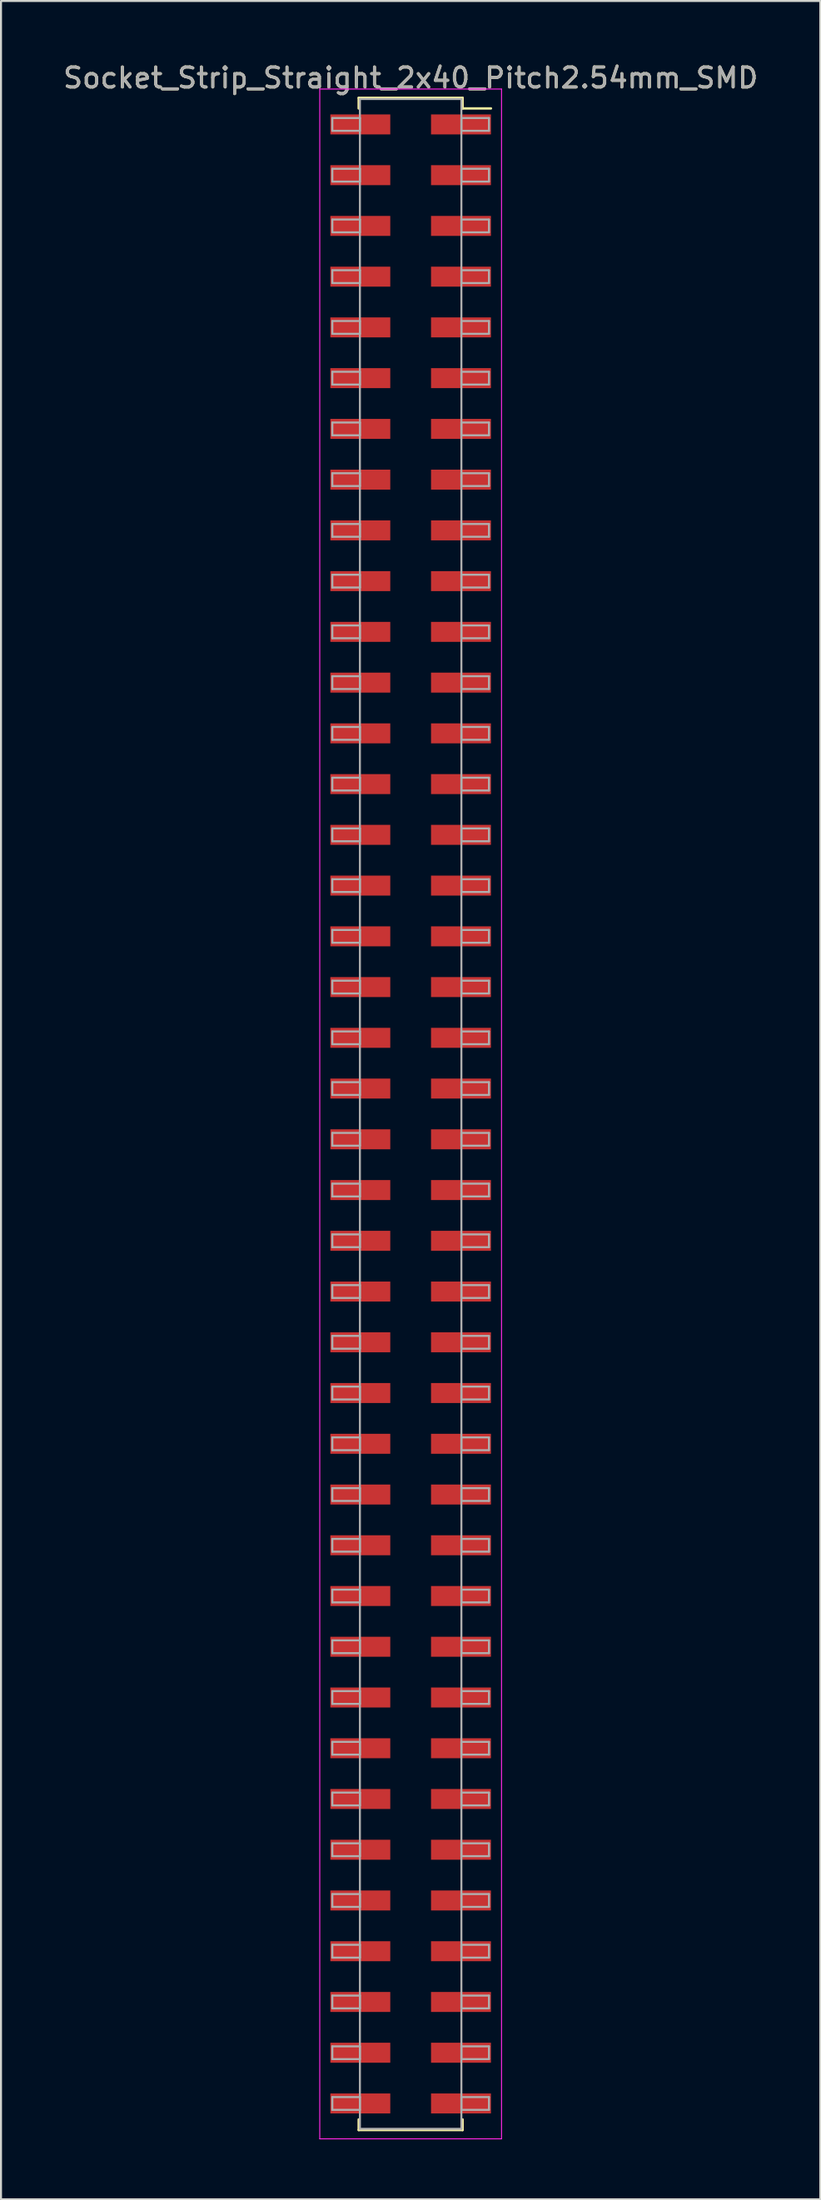
<source format=kicad_pcb>
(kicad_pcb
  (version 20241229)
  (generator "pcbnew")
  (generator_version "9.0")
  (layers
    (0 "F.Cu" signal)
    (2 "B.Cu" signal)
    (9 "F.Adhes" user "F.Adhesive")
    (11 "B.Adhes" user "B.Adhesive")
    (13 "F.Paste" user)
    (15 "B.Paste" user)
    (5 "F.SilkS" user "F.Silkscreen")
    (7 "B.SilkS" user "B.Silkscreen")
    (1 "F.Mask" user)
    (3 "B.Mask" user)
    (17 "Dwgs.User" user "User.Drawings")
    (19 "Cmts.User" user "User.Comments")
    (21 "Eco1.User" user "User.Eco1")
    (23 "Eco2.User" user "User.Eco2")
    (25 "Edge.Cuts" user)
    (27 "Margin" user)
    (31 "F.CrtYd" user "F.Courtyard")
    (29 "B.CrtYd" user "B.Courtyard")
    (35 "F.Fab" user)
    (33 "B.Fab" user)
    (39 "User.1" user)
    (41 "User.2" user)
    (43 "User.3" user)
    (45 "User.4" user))
  (footprint "Socket_Strip_Straight_2x40_Pitch2.54mm_SMD"
    (layer "F.Cu")
    (at 17.506 52.708)
    (property "Reference" "Socket_Strip_Straight_2x40_Pitch2.54mm_SMD" (at 0 -51.86 0) (layer "F.SilkS") (effects (font (size 1 1) (thickness 0.15))))
    (attr smd)
    (fp_line (start -2.6 -50.86) (end 2.6 -50.86) (stroke (width 0.12) (type solid)) (layer "F.SilkS"))
    (fp_line (start -2.6 -50.33) (end -2.6 -50.86) (stroke (width 0.12) (type solid)) (layer "F.SilkS"))
    (fp_line (start -2.6 50.33) (end -2.6 50.86) (stroke (width 0.12) (type solid)) (layer "F.SilkS"))
    (fp_line (start -2.6 50.86) (end 2.6 50.86) (stroke (width 0.12) (type solid)) (layer "F.SilkS"))
    (fp_line (start 2.6 -50.86) (end 2.6 -50.33) (stroke (width 0.12) (type solid)) (layer "F.SilkS"))
    (fp_line (start 2.6 50.86) (end 2.6 50.33) (stroke (width 0.12) (type solid)) (layer "F.SilkS"))
    (fp_line (start 4.02 -50.33) (end 2.6 -50.33) (stroke (width 0.12) (type solid)) (layer "F.SilkS"))
    (fp_line (start -4.55 -51.3) (end -4.55 51.3) (stroke (width 0.05) (type solid)) (layer "F.CrtYd"))
    (fp_line (start -4.55 51.3) (end 4.55 51.3) (stroke (width 0.05) (type solid)) (layer "F.CrtYd"))
    (fp_line (start 4.55 -51.3) (end -4.55 -51.3) (stroke (width 0.05) (type solid)) (layer "F.CrtYd"))
    (fp_line (start 4.55 51.3) (end 4.55 -51.3) (stroke (width 0.05) (type solid)) (layer "F.CrtYd"))
    (fp_line (start -3.92 -49.85) (end -2.54 -49.85) (stroke (width 0.1) (type solid)) (layer "F.Fab"))
    (fp_line (start -3.92 -49.21) (end -3.92 -49.85) (stroke (width 0.1) (type solid)) (layer "F.Fab"))
    (fp_line (start -3.92 -47.31) (end -2.54 -47.31) (stroke (width 0.1) (type solid)) (layer "F.Fab"))
    (fp_line (start -3.92 -46.67) (end -3.92 -47.31) (stroke (width 0.1) (type solid)) (layer "F.Fab"))
    (fp_line (start -3.92 -44.77) (end -2.54 -44.77) (stroke (width 0.1) (type solid)) (layer "F.Fab"))
    (fp_line (start -3.92 -44.13) (end -3.92 -44.77) (stroke (width 0.1) (type solid)) (layer "F.Fab"))
    (fp_line (start -3.92 -42.23) (end -2.54 -42.23) (stroke (width 0.1) (type solid)) (layer "F.Fab"))
    (fp_line (start -3.92 -41.59) (end -3.92 -42.23) (stroke (width 0.1) (type solid)) (layer "F.Fab"))
    (fp_line (start -3.92 -39.69) (end -2.54 -39.69) (stroke (width 0.1) (type solid)) (layer "F.Fab"))
    (fp_line (start -3.92 -39.05) (end -3.92 -39.69) (stroke (width 0.1) (type solid)) (layer "F.Fab"))
    (fp_line (start -3.92 -37.15) (end -2.54 -37.15) (stroke (width 0.1) (type solid)) (layer "F.Fab"))
    (fp_line (start -3.92 -36.51) (end -3.92 -37.15) (stroke (width 0.1) (type solid)) (layer "F.Fab"))
    (fp_line (start -3.92 -34.61) (end -2.54 -34.61) (stroke (width 0.1) (type solid)) (layer "F.Fab"))
    (fp_line (start -3.92 -33.97) (end -3.92 -34.61) (stroke (width 0.1) (type solid)) (layer "F.Fab"))
    (fp_line (start -3.92 -32.07) (end -2.54 -32.07) (stroke (width 0.1) (type solid)) (layer "F.Fab"))
    (fp_line (start -3.92 -31.43) (end -3.92 -32.07) (stroke (width 0.1) (type solid)) (layer "F.Fab"))
    (fp_line (start -3.92 -29.53) (end -2.54 -29.53) (stroke (width 0.1) (type solid)) (layer "F.Fab"))
    (fp_line (start -3.92 -28.89) (end -3.92 -29.53) (stroke (width 0.1) (type solid)) (layer "F.Fab"))
    (fp_line (start -3.92 -26.99) (end -2.54 -26.99) (stroke (width 0.1) (type solid)) (layer "F.Fab"))
    (fp_line (start -3.92 -26.35) (end -3.92 -26.99) (stroke (width 0.1) (type solid)) (layer "F.Fab"))
    (fp_line (start -3.92 -24.45) (end -2.54 -24.45) (stroke (width 0.1) (type solid)) (layer "F.Fab"))
    (fp_line (start -3.92 -23.81) (end -3.92 -24.45) (stroke (width 0.1) (type solid)) (layer "F.Fab"))
    (fp_line (start -3.92 -21.91) (end -2.54 -21.91) (stroke (width 0.1) (type solid)) (layer "F.Fab"))
    (fp_line (start -3.92 -21.27) (end -3.92 -21.91) (stroke (width 0.1) (type solid)) (layer "F.Fab"))
    (fp_line (start -3.92 -19.37) (end -2.54 -19.37) (stroke (width 0.1) (type solid)) (layer "F.Fab"))
    (fp_line (start -3.92 -18.73) (end -3.92 -19.37) (stroke (width 0.1) (type solid)) (layer "F.Fab"))
    (fp_line (start -3.92 -16.83) (end -2.54 -16.83) (stroke (width 0.1) (type solid)) (layer "F.Fab"))
    (fp_line (start -3.92 -16.19) (end -3.92 -16.83) (stroke (width 0.1) (type solid)) (layer "F.Fab"))
    (fp_line (start -3.92 -14.29) (end -2.54 -14.29) (stroke (width 0.1) (type solid)) (layer "F.Fab"))
    (fp_line (start -3.92 -13.65) (end -3.92 -14.29) (stroke (width 0.1) (type solid)) (layer "F.Fab"))
    (fp_line (start -3.92 -11.75) (end -2.54 -11.75) (stroke (width 0.1) (type solid)) (layer "F.Fab"))
    (fp_line (start -3.92 -11.11) (end -3.92 -11.75) (stroke (width 0.1) (type solid)) (layer "F.Fab"))
    (fp_line (start -3.92 -9.21) (end -2.54 -9.21) (stroke (width 0.1) (type solid)) (layer "F.Fab"))
    (fp_line (start -3.92 -8.57) (end -3.92 -9.21) (stroke (width 0.1) (type solid)) (layer "F.Fab"))
    (fp_line (start -3.92 -6.67) (end -2.54 -6.67) (stroke (width 0.1) (type solid)) (layer "F.Fab"))
    (fp_line (start -3.92 -6.03) (end -3.92 -6.67) (stroke (width 0.1) (type solid)) (layer "F.Fab"))
    (fp_line (start -3.92 -4.13) (end -2.54 -4.13) (stroke (width 0.1) (type solid)) (layer "F.Fab"))
    (fp_line (start -3.92 -3.49) (end -3.92 -4.13) (stroke (width 0.1) (type solid)) (layer "F.Fab"))
    (fp_line (start -3.92 -1.59) (end -2.54 -1.59) (stroke (width 0.1) (type solid)) (layer "F.Fab"))
    (fp_line (start -3.92 -0.95) (end -3.92 -1.59) (stroke (width 0.1) (type solid)) (layer "F.Fab"))
    (fp_line (start -3.92 0.95) (end -2.54 0.95) (stroke (width 0.1) (type solid)) (layer "F.Fab"))
    (fp_line (start -3.92 1.59) (end -3.92 0.95) (stroke (width 0.1) (type solid)) (layer "F.Fab"))
    (fp_line (start -3.92 3.49) (end -2.54 3.49) (stroke (width 0.1) (type solid)) (layer "F.Fab"))
    (fp_line (start -3.92 4.13) (end -3.92 3.49) (stroke (width 0.1) (type solid)) (layer "F.Fab"))
    (fp_line (start -3.92 6.03) (end -2.54 6.03) (stroke (width 0.1) (type solid)) (layer "F.Fab"))
    (fp_line (start -3.92 6.67) (end -3.92 6.03) (stroke (width 0.1) (type solid)) (layer "F.Fab"))
    (fp_line (start -3.92 8.57) (end -2.54 8.57) (stroke (width 0.1) (type solid)) (layer "F.Fab"))
    (fp_line (start -3.92 9.21) (end -3.92 8.57) (stroke (width 0.1) (type solid)) (layer "F.Fab"))
    (fp_line (start -3.92 11.11) (end -2.54 11.11) (stroke (width 0.1) (type solid)) (layer "F.Fab"))
    (fp_line (start -3.92 11.75) (end -3.92 11.11) (stroke (width 0.1) (type solid)) (layer "F.Fab"))
    (fp_line (start -3.92 13.65) (end -2.54 13.65) (stroke (width 0.1) (type solid)) (layer "F.Fab"))
    (fp_line (start -3.92 14.29) (end -3.92 13.65) (stroke (width 0.1) (type solid)) (layer "F.Fab"))
    (fp_line (start -3.92 16.19) (end -2.54 16.19) (stroke (width 0.1) (type solid)) (layer "F.Fab"))
    (fp_line (start -3.92 16.83) (end -3.92 16.19) (stroke (width 0.1) (type solid)) (layer "F.Fab"))
    (fp_line (start -3.92 18.73) (end -2.54 18.73) (stroke (width 0.1) (type solid)) (layer "F.Fab"))
    (fp_line (start -3.92 19.37) (end -3.92 18.73) (stroke (width 0.1) (type solid)) (layer "F.Fab"))
    (fp_line (start -3.92 21.27) (end -2.54 21.27) (stroke (width 0.1) (type solid)) (layer "F.Fab"))
    (fp_line (start -3.92 21.91) (end -3.92 21.27) (stroke (width 0.1) (type solid)) (layer "F.Fab"))
    (fp_line (start -3.92 23.81) (end -2.54 23.81) (stroke (width 0.1) (type solid)) (layer "F.Fab"))
    (fp_line (start -3.92 24.45) (end -3.92 23.81) (stroke (width 0.1) (type solid)) (layer "F.Fab"))
    (fp_line (start -3.92 26.35) (end -2.54 26.35) (stroke (width 0.1) (type solid)) (layer "F.Fab"))
    (fp_line (start -3.92 26.99) (end -3.92 26.35) (stroke (width 0.1) (type solid)) (layer "F.Fab"))
    (fp_line (start -3.92 28.89) (end -2.54 28.89) (stroke (width 0.1) (type solid)) (layer "F.Fab"))
    (fp_line (start -3.92 29.53) (end -3.92 28.89) (stroke (width 0.1) (type solid)) (layer "F.Fab"))
    (fp_line (start -3.92 31.43) (end -2.54 31.43) (stroke (width 0.1) (type solid)) (layer "F.Fab"))
    (fp_line (start -3.92 32.07) (end -3.92 31.43) (stroke (width 0.1) (type solid)) (layer "F.Fab"))
    (fp_line (start -3.92 33.97) (end -2.54 33.97) (stroke (width 0.1) (type solid)) (layer "F.Fab"))
    (fp_line (start -3.92 34.61) (end -3.92 33.97) (stroke (width 0.1) (type solid)) (layer "F.Fab"))
    (fp_line (start -3.92 36.51) (end -2.54 36.51) (stroke (width 0.1) (type solid)) (layer "F.Fab"))
    (fp_line (start -3.92 37.15) (end -3.92 36.51) (stroke (width 0.1) (type solid)) (layer "F.Fab"))
    (fp_line (start -3.92 39.05) (end -2.54 39.05) (stroke (width 0.1) (type solid)) (layer "F.Fab"))
    (fp_line (start -3.92 39.69) (end -3.92 39.05) (stroke (width 0.1) (type solid)) (layer "F.Fab"))
    (fp_line (start -3.92 41.59) (end -2.54 41.59) (stroke (width 0.1) (type solid)) (layer "F.Fab"))
    (fp_line (start -3.92 42.23) (end -3.92 41.59) (stroke (width 0.1) (type solid)) (layer "F.Fab"))
    (fp_line (start -3.92 44.13) (end -2.54 44.13) (stroke (width 0.1) (type solid)) (layer "F.Fab"))
    (fp_line (start -3.92 44.77) (end -3.92 44.13) (stroke (width 0.1) (type solid)) (layer "F.Fab"))
    (fp_line (start -3.92 46.67) (end -2.54 46.67) (stroke (width 0.1) (type solid)) (layer "F.Fab"))
    (fp_line (start -3.92 47.31) (end -3.92 46.67) (stroke (width 0.1) (type solid)) (layer "F.Fab"))
    (fp_line (start -3.92 49.21) (end -2.54 49.21) (stroke (width 0.1) (type solid)) (layer "F.Fab"))
    (fp_line (start -3.92 49.85) (end -3.92 49.21) (stroke (width 0.1) (type solid)) (layer "F.Fab"))
    (fp_line (start -2.54 -50.8) (end -2.54 50.8) (stroke (width 0.1) (type solid)) (layer "F.Fab"))
    (fp_line (start -2.54 -49.85) (end -2.54 -49.21) (stroke (width 0.1) (type solid)) (layer "F.Fab"))
    (fp_line (start -2.54 -49.21) (end -3.92 -49.21) (stroke (width 0.1) (type solid)) (layer "F.Fab"))
    (fp_line (start -2.54 -47.31) (end -2.54 -46.67) (stroke (width 0.1) (type solid)) (layer "F.Fab"))
    (fp_line (start -2.54 -46.67) (end -3.92 -46.67) (stroke (width 0.1) (type solid)) (layer "F.Fab"))
    (fp_line (start -2.54 -44.77) (end -2.54 -44.13) (stroke (width 0.1) (type solid)) (layer "F.Fab"))
    (fp_line (start -2.54 -44.13) (end -3.92 -44.13) (stroke (width 0.1) (type solid)) (layer "F.Fab"))
    (fp_line (start -2.54 -42.23) (end -2.54 -41.59) (stroke (width 0.1) (type solid)) (layer "F.Fab"))
    (fp_line (start -2.54 -41.59) (end -3.92 -41.59) (stroke (width 0.1) (type solid)) (layer "F.Fab"))
    (fp_line (start -2.54 -39.69) (end -2.54 -39.05) (stroke (width 0.1) (type solid)) (layer "F.Fab"))
    (fp_line (start -2.54 -39.05) (end -3.92 -39.05) (stroke (width 0.1) (type solid)) (layer "F.Fab"))
    (fp_line (start -2.54 -37.15) (end -2.54 -36.51) (stroke (width 0.1) (type solid)) (layer "F.Fab"))
    (fp_line (start -2.54 -36.51) (end -3.92 -36.51) (stroke (width 0.1) (type solid)) (layer "F.Fab"))
    (fp_line (start -2.54 -34.61) (end -2.54 -33.97) (stroke (width 0.1) (type solid)) (layer "F.Fab"))
    (fp_line (start -2.54 -33.97) (end -3.92 -33.97) (stroke (width 0.1) (type solid)) (layer "F.Fab"))
    (fp_line (start -2.54 -32.07) (end -2.54 -31.43) (stroke (width 0.1) (type solid)) (layer "F.Fab"))
    (fp_line (start -2.54 -31.43) (end -3.92 -31.43) (stroke (width 0.1) (type solid)) (layer "F.Fab"))
    (fp_line (start -2.54 -29.53) (end -2.54 -28.89) (stroke (width 0.1) (type solid)) (layer "F.Fab"))
    (fp_line (start -2.54 -28.89) (end -3.92 -28.89) (stroke (width 0.1) (type solid)) (layer "F.Fab"))
    (fp_line (start -2.54 -26.99) (end -2.54 -26.35) (stroke (width 0.1) (type solid)) (layer "F.Fab"))
    (fp_line (start -2.54 -26.35) (end -3.92 -26.35) (stroke (width 0.1) (type solid)) (layer "F.Fab"))
    (fp_line (start -2.54 -24.45) (end -2.54 -23.81) (stroke (width 0.1) (type solid)) (layer "F.Fab"))
    (fp_line (start -2.54 -23.81) (end -3.92 -23.81) (stroke (width 0.1) (type solid)) (layer "F.Fab"))
    (fp_line (start -2.54 -21.91) (end -2.54 -21.27) (stroke (width 0.1) (type solid)) (layer "F.Fab"))
    (fp_line (start -2.54 -21.27) (end -3.92 -21.27) (stroke (width 0.1) (type solid)) (layer "F.Fab"))
    (fp_line (start -2.54 -19.37) (end -2.54 -18.73) (stroke (width 0.1) (type solid)) (layer "F.Fab"))
    (fp_line (start -2.54 -18.73) (end -3.92 -18.73) (stroke (width 0.1) (type solid)) (layer "F.Fab"))
    (fp_line (start -2.54 -16.83) (end -2.54 -16.19) (stroke (width 0.1) (type solid)) (layer "F.Fab"))
    (fp_line (start -2.54 -16.19) (end -3.92 -16.19) (stroke (width 0.1) (type solid)) (layer "F.Fab"))
    (fp_line (start -2.54 -14.29) (end -2.54 -13.65) (stroke (width 0.1) (type solid)) (layer "F.Fab"))
    (fp_line (start -2.54 -13.65) (end -3.92 -13.65) (stroke (width 0.1) (type solid)) (layer "F.Fab"))
    (fp_line (start -2.54 -11.75) (end -2.54 -11.11) (stroke (width 0.1) (type solid)) (layer "F.Fab"))
    (fp_line (start -2.54 -11.11) (end -3.92 -11.11) (stroke (width 0.1) (type solid)) (layer "F.Fab"))
    (fp_line (start -2.54 -9.21) (end -2.54 -8.57) (stroke (width 0.1) (type solid)) (layer "F.Fab"))
    (fp_line (start -2.54 -8.57) (end -3.92 -8.57) (stroke (width 0.1) (type solid)) (layer "F.Fab"))
    (fp_line (start -2.54 -6.67) (end -2.54 -6.03) (stroke (width 0.1) (type solid)) (layer "F.Fab"))
    (fp_line (start -2.54 -6.03) (end -3.92 -6.03) (stroke (width 0.1) (type solid)) (layer "F.Fab"))
    (fp_line (start -2.54 -4.13) (end -2.54 -3.49) (stroke (width 0.1) (type solid)) (layer "F.Fab"))
    (fp_line (start -2.54 -3.49) (end -3.92 -3.49) (stroke (width 0.1) (type solid)) (layer "F.Fab"))
    (fp_line (start -2.54 -1.59) (end -2.54 -0.95) (stroke (width 0.1) (type solid)) (layer "F.Fab"))
    (fp_line (start -2.54 -0.95) (end -3.92 -0.95) (stroke (width 0.1) (type solid)) (layer "F.Fab"))
    (fp_line (start -2.54 0.95) (end -2.54 1.59) (stroke (width 0.1) (type solid)) (layer "F.Fab"))
    (fp_line (start -2.54 1.59) (end -3.92 1.59) (stroke (width 0.1) (type solid)) (layer "F.Fab"))
    (fp_line (start -2.54 3.49) (end -2.54 4.13) (stroke (width 0.1) (type solid)) (layer "F.Fab"))
    (fp_line (start -2.54 4.13) (end -3.92 4.13) (stroke (width 0.1) (type solid)) (layer "F.Fab"))
    (fp_line (start -2.54 6.03) (end -2.54 6.67) (stroke (width 0.1) (type solid)) (layer "F.Fab"))
    (fp_line (start -2.54 6.67) (end -3.92 6.67) (stroke (width 0.1) (type solid)) (layer "F.Fab"))
    (fp_line (start -2.54 8.57) (end -2.54 9.21) (stroke (width 0.1) (type solid)) (layer "F.Fab"))
    (fp_line (start -2.54 9.21) (end -3.92 9.21) (stroke (width 0.1) (type solid)) (layer "F.Fab"))
    (fp_line (start -2.54 11.11) (end -2.54 11.75) (stroke (width 0.1) (type solid)) (layer "F.Fab"))
    (fp_line (start -2.54 11.75) (end -3.92 11.75) (stroke (width 0.1) (type solid)) (layer "F.Fab"))
    (fp_line (start -2.54 13.65) (end -2.54 14.29) (stroke (width 0.1) (type solid)) (layer "F.Fab"))
    (fp_line (start -2.54 14.29) (end -3.92 14.29) (stroke (width 0.1) (type solid)) (layer "F.Fab"))
    (fp_line (start -2.54 16.19) (end -2.54 16.83) (stroke (width 0.1) (type solid)) (layer "F.Fab"))
    (fp_line (start -2.54 16.83) (end -3.92 16.83) (stroke (width 0.1) (type solid)) (layer "F.Fab"))
    (fp_line (start -2.54 18.73) (end -2.54 19.37) (stroke (width 0.1) (type solid)) (layer "F.Fab"))
    (fp_line (start -2.54 19.37) (end -3.92 19.37) (stroke (width 0.1) (type solid)) (layer "F.Fab"))
    (fp_line (start -2.54 21.27) (end -2.54 21.91) (stroke (width 0.1) (type solid)) (layer "F.Fab"))
    (fp_line (start -2.54 21.91) (end -3.92 21.91) (stroke (width 0.1) (type solid)) (layer "F.Fab"))
    (fp_line (start -2.54 23.81) (end -2.54 24.45) (stroke (width 0.1) (type solid)) (layer "F.Fab"))
    (fp_line (start -2.54 24.45) (end -3.92 24.45) (stroke (width 0.1) (type solid)) (layer "F.Fab"))
    (fp_line (start -2.54 26.35) (end -2.54 26.99) (stroke (width 0.1) (type solid)) (layer "F.Fab"))
    (fp_line (start -2.54 26.99) (end -3.92 26.99) (stroke (width 0.1) (type solid)) (layer "F.Fab"))
    (fp_line (start -2.54 28.89) (end -2.54 29.53) (stroke (width 0.1) (type solid)) (layer "F.Fab"))
    (fp_line (start -2.54 29.53) (end -3.92 29.53) (stroke (width 0.1) (type solid)) (layer "F.Fab"))
    (fp_line (start -2.54 31.43) (end -2.54 32.07) (stroke (width 0.1) (type solid)) (layer "F.Fab"))
    (fp_line (start -2.54 32.07) (end -3.92 32.07) (stroke (width 0.1) (type solid)) (layer "F.Fab"))
    (fp_line (start -2.54 33.97) (end -2.54 34.61) (stroke (width 0.1) (type solid)) (layer "F.Fab"))
    (fp_line (start -2.54 34.61) (end -3.92 34.61) (stroke (width 0.1) (type solid)) (layer "F.Fab"))
    (fp_line (start -2.54 36.51) (end -2.54 37.15) (stroke (width 0.1) (type solid)) (layer "F.Fab"))
    (fp_line (start -2.54 37.15) (end -3.92 37.15) (stroke (width 0.1) (type solid)) (layer "F.Fab"))
    (fp_line (start -2.54 39.05) (end -2.54 39.69) (stroke (width 0.1) (type solid)) (layer "F.Fab"))
    (fp_line (start -2.54 39.69) (end -3.92 39.69) (stroke (width 0.1) (type solid)) (layer "F.Fab"))
    (fp_line (start -2.54 41.59) (end -2.54 42.23) (stroke (width 0.1) (type solid)) (layer "F.Fab"))
    (fp_line (start -2.54 42.23) (end -3.92 42.23) (stroke (width 0.1) (type solid)) (layer "F.Fab"))
    (fp_line (start -2.54 44.13) (end -2.54 44.77) (stroke (width 0.1) (type solid)) (layer "F.Fab"))
    (fp_line (start -2.54 44.77) (end -3.92 44.77) (stroke (width 0.1) (type solid)) (layer "F.Fab"))
    (fp_line (start -2.54 46.67) (end -2.54 47.31) (stroke (width 0.1) (type solid)) (layer "F.Fab"))
    (fp_line (start -2.54 47.31) (end -3.92 47.31) (stroke (width 0.1) (type solid)) (layer "F.Fab"))
    (fp_line (start -2.54 49.21) (end -2.54 49.85) (stroke (width 0.1) (type solid)) (layer "F.Fab"))
    (fp_line (start -2.54 49.85) (end -3.92 49.85) (stroke (width 0.1) (type solid)) (layer "F.Fab"))
    (fp_line (start -2.54 50.8) (end 2.54 50.8) (stroke (width 0.1) (type solid)) (layer "F.Fab"))
    (fp_line (start 2.54 -50.8) (end -2.54 -50.8) (stroke (width 0.1) (type solid)) (layer "F.Fab"))
    (fp_line (start 2.54 -49.85) (end 2.54 -49.21) (stroke (width 0.1) (type solid)) (layer "F.Fab"))
    (fp_line (start 2.54 -49.21) (end 3.92 -49.21) (stroke (width 0.1) (type solid)) (layer "F.Fab"))
    (fp_line (start 2.54 -47.31) (end 2.54 -46.67) (stroke (width 0.1) (type solid)) (layer "F.Fab"))
    (fp_line (start 2.54 -46.67) (end 3.92 -46.67) (stroke (width 0.1) (type solid)) (layer "F.Fab"))
    (fp_line (start 2.54 -44.77) (end 2.54 -44.13) (stroke (width 0.1) (type solid)) (layer "F.Fab"))
    (fp_line (start 2.54 -44.13) (end 3.92 -44.13) (stroke (width 0.1) (type solid)) (layer "F.Fab"))
    (fp_line (start 2.54 -42.23) (end 2.54 -41.59) (stroke (width 0.1) (type solid)) (layer "F.Fab"))
    (fp_line (start 2.54 -41.59) (end 3.92 -41.59) (stroke (width 0.1) (type solid)) (layer "F.Fab"))
    (fp_line (start 2.54 -39.69) (end 2.54 -39.05) (stroke (width 0.1) (type solid)) (layer "F.Fab"))
    (fp_line (start 2.54 -39.05) (end 3.92 -39.05) (stroke (width 0.1) (type solid)) (layer "F.Fab"))
    (fp_line (start 2.54 -37.15) (end 2.54 -36.51) (stroke (width 0.1) (type solid)) (layer "F.Fab"))
    (fp_line (start 2.54 -36.51) (end 3.92 -36.51) (stroke (width 0.1) (type solid)) (layer "F.Fab"))
    (fp_line (start 2.54 -34.61) (end 2.54 -33.97) (stroke (width 0.1) (type solid)) (layer "F.Fab"))
    (fp_line (start 2.54 -33.97) (end 3.92 -33.97) (stroke (width 0.1) (type solid)) (layer "F.Fab"))
    (fp_line (start 2.54 -32.07) (end 2.54 -31.43) (stroke (width 0.1) (type solid)) (layer "F.Fab"))
    (fp_line (start 2.54 -31.43) (end 3.92 -31.43) (stroke (width 0.1) (type solid)) (layer "F.Fab"))
    (fp_line (start 2.54 -29.53) (end 2.54 -28.89) (stroke (width 0.1) (type solid)) (layer "F.Fab"))
    (fp_line (start 2.54 -28.89) (end 3.92 -28.89) (stroke (width 0.1) (type solid)) (layer "F.Fab"))
    (fp_line (start 2.54 -26.99) (end 2.54 -26.35) (stroke (width 0.1) (type solid)) (layer "F.Fab"))
    (fp_line (start 2.54 -26.35) (end 3.92 -26.35) (stroke (width 0.1) (type solid)) (layer "F.Fab"))
    (fp_line (start 2.54 -24.45) (end 2.54 -23.81) (stroke (width 0.1) (type solid)) (layer "F.Fab"))
    (fp_line (start 2.54 -23.81) (end 3.92 -23.81) (stroke (width 0.1) (type solid)) (layer "F.Fab"))
    (fp_line (start 2.54 -21.91) (end 2.54 -21.27) (stroke (width 0.1) (type solid)) (layer "F.Fab"))
    (fp_line (start 2.54 -21.27) (end 3.92 -21.27) (stroke (width 0.1) (type solid)) (layer "F.Fab"))
    (fp_line (start 2.54 -19.37) (end 2.54 -18.73) (stroke (width 0.1) (type solid)) (layer "F.Fab"))
    (fp_line (start 2.54 -18.73) (end 3.92 -18.73) (stroke (width 0.1) (type solid)) (layer "F.Fab"))
    (fp_line (start 2.54 -16.83) (end 2.54 -16.19) (stroke (width 0.1) (type solid)) (layer "F.Fab"))
    (fp_line (start 2.54 -16.19) (end 3.92 -16.19) (stroke (width 0.1) (type solid)) (layer "F.Fab"))
    (fp_line (start 2.54 -14.29) (end 2.54 -13.65) (stroke (width 0.1) (type solid)) (layer "F.Fab"))
    (fp_line (start 2.54 -13.65) (end 3.92 -13.65) (stroke (width 0.1) (type solid)) (layer "F.Fab"))
    (fp_line (start 2.54 -11.75) (end 2.54 -11.11) (stroke (width 0.1) (type solid)) (layer "F.Fab"))
    (fp_line (start 2.54 -11.11) (end 3.92 -11.11) (stroke (width 0.1) (type solid)) (layer "F.Fab"))
    (fp_line (start 2.54 -9.21) (end 2.54 -8.57) (stroke (width 0.1) (type solid)) (layer "F.Fab"))
    (fp_line (start 2.54 -8.57) (end 3.92 -8.57) (stroke (width 0.1) (type solid)) (layer "F.Fab"))
    (fp_line (start 2.54 -6.67) (end 2.54 -6.03) (stroke (width 0.1) (type solid)) (layer "F.Fab"))
    (fp_line (start 2.54 -6.03) (end 3.92 -6.03) (stroke (width 0.1) (type solid)) (layer "F.Fab"))
    (fp_line (start 2.54 -4.13) (end 2.54 -3.49) (stroke (width 0.1) (type solid)) (layer "F.Fab"))
    (fp_line (start 2.54 -3.49) (end 3.92 -3.49) (stroke (width 0.1) (type solid)) (layer "F.Fab"))
    (fp_line (start 2.54 -1.59) (end 2.54 -0.95) (stroke (width 0.1) (type solid)) (layer "F.Fab"))
    (fp_line (start 2.54 -0.95) (end 3.92 -0.95) (stroke (width 0.1) (type solid)) (layer "F.Fab"))
    (fp_line (start 2.54 0.95) (end 2.54 1.59) (stroke (width 0.1) (type solid)) (layer "F.Fab"))
    (fp_line (start 2.54 1.59) (end 3.92 1.59) (stroke (width 0.1) (type solid)) (layer "F.Fab"))
    (fp_line (start 2.54 3.49) (end 2.54 4.13) (stroke (width 0.1) (type solid)) (layer "F.Fab"))
    (fp_line (start 2.54 4.13) (end 3.92 4.13) (stroke (width 0.1) (type solid)) (layer "F.Fab"))
    (fp_line (start 2.54 6.03) (end 2.54 6.67) (stroke (width 0.1) (type solid)) (layer "F.Fab"))
    (fp_line (start 2.54 6.67) (end 3.92 6.67) (stroke (width 0.1) (type solid)) (layer "F.Fab"))
    (fp_line (start 2.54 8.57) (end 2.54 9.21) (stroke (width 0.1) (type solid)) (layer "F.Fab"))
    (fp_line (start 2.54 9.21) (end 3.92 9.21) (stroke (width 0.1) (type solid)) (layer "F.Fab"))
    (fp_line (start 2.54 11.11) (end 2.54 11.75) (stroke (width 0.1) (type solid)) (layer "F.Fab"))
    (fp_line (start 2.54 11.75) (end 3.92 11.75) (stroke (width 0.1) (type solid)) (layer "F.Fab"))
    (fp_line (start 2.54 13.65) (end 2.54 14.29) (stroke (width 0.1) (type solid)) (layer "F.Fab"))
    (fp_line (start 2.54 14.29) (end 3.92 14.29) (stroke (width 0.1) (type solid)) (layer "F.Fab"))
    (fp_line (start 2.54 16.19) (end 2.54 16.83) (stroke (width 0.1) (type solid)) (layer "F.Fab"))
    (fp_line (start 2.54 16.83) (end 3.92 16.83) (stroke (width 0.1) (type solid)) (layer "F.Fab"))
    (fp_line (start 2.54 18.73) (end 2.54 19.37) (stroke (width 0.1) (type solid)) (layer "F.Fab"))
    (fp_line (start 2.54 19.37) (end 3.92 19.37) (stroke (width 0.1) (type solid)) (layer "F.Fab"))
    (fp_line (start 2.54 21.27) (end 2.54 21.91) (stroke (width 0.1) (type solid)) (layer "F.Fab"))
    (fp_line (start 2.54 21.91) (end 3.92 21.91) (stroke (width 0.1) (type solid)) (layer "F.Fab"))
    (fp_line (start 2.54 23.81) (end 2.54 24.45) (stroke (width 0.1) (type solid)) (layer "F.Fab"))
    (fp_line (start 2.54 24.45) (end 3.92 24.45) (stroke (width 0.1) (type solid)) (layer "F.Fab"))
    (fp_line (start 2.54 26.35) (end 2.54 26.99) (stroke (width 0.1) (type solid)) (layer "F.Fab"))
    (fp_line (start 2.54 26.99) (end 3.92 26.99) (stroke (width 0.1) (type solid)) (layer "F.Fab"))
    (fp_line (start 2.54 28.89) (end 2.54 29.53) (stroke (width 0.1) (type solid)) (layer "F.Fab"))
    (fp_line (start 2.54 29.53) (end 3.92 29.53) (stroke (width 0.1) (type solid)) (layer "F.Fab"))
    (fp_line (start 2.54 31.43) (end 2.54 32.07) (stroke (width 0.1) (type solid)) (layer "F.Fab"))
    (fp_line (start 2.54 32.07) (end 3.92 32.07) (stroke (width 0.1) (type solid)) (layer "F.Fab"))
    (fp_line (start 2.54 33.97) (end 2.54 34.61) (stroke (width 0.1) (type solid)) (layer "F.Fab"))
    (fp_line (start 2.54 34.61) (end 3.92 34.61) (stroke (width 0.1) (type solid)) (layer "F.Fab"))
    (fp_line (start 2.54 36.51) (end 2.54 37.15) (stroke (width 0.1) (type solid)) (layer "F.Fab"))
    (fp_line (start 2.54 37.15) (end 3.92 37.15) (stroke (width 0.1) (type solid)) (layer "F.Fab"))
    (fp_line (start 2.54 39.05) (end 2.54 39.69) (stroke (width 0.1) (type solid)) (layer "F.Fab"))
    (fp_line (start 2.54 39.69) (end 3.92 39.69) (stroke (width 0.1) (type solid)) (layer "F.Fab"))
    (fp_line (start 2.54 41.59) (end 2.54 42.23) (stroke (width 0.1) (type solid)) (layer "F.Fab"))
    (fp_line (start 2.54 42.23) (end 3.92 42.23) (stroke (width 0.1) (type solid)) (layer "F.Fab"))
    (fp_line (start 2.54 44.13) (end 2.54 44.77) (stroke (width 0.1) (type solid)) (layer "F.Fab"))
    (fp_line (start 2.54 44.77) (end 3.92 44.77) (stroke (width 0.1) (type solid)) (layer "F.Fab"))
    (fp_line (start 2.54 46.67) (end 2.54 47.31) (stroke (width 0.1) (type solid)) (layer "F.Fab"))
    (fp_line (start 2.54 47.31) (end 3.92 47.31) (stroke (width 0.1) (type solid)) (layer "F.Fab"))
    (fp_line (start 2.54 49.21) (end 2.54 49.85) (stroke (width 0.1) (type solid)) (layer "F.Fab"))
    (fp_line (start 2.54 49.85) (end 3.92 49.85) (stroke (width 0.1) (type solid)) (layer "F.Fab"))
    (fp_line (start 2.54 50.8) (end 2.54 -50.8) (stroke (width 0.1) (type solid)) (layer "F.Fab"))
    (fp_line (start 3.92 -49.85) (end 2.54 -49.85) (stroke (width 0.1) (type solid)) (layer "F.Fab"))
    (fp_line (start 3.92 -49.21) (end 3.92 -49.85) (stroke (width 0.1) (type solid)) (layer "F.Fab"))
    (fp_line (start 3.92 -47.31) (end 2.54 -47.31) (stroke (width 0.1) (type solid)) (layer "F.Fab"))
    (fp_line (start 3.92 -46.67) (end 3.92 -47.31) (stroke (width 0.1) (type solid)) (layer "F.Fab"))
    (fp_line (start 3.92 -44.77) (end 2.54 -44.77) (stroke (width 0.1) (type solid)) (layer "F.Fab"))
    (fp_line (start 3.92 -44.13) (end 3.92 -44.77) (stroke (width 0.1) (type solid)) (layer "F.Fab"))
    (fp_line (start 3.92 -42.23) (end 2.54 -42.23) (stroke (width 0.1) (type solid)) (layer "F.Fab"))
    (fp_line (start 3.92 -41.59) (end 3.92 -42.23) (stroke (width 0.1) (type solid)) (layer "F.Fab"))
    (fp_line (start 3.92 -39.69) (end 2.54 -39.69) (stroke (width 0.1) (type solid)) (layer "F.Fab"))
    (fp_line (start 3.92 -39.05) (end 3.92 -39.69) (stroke (width 0.1) (type solid)) (layer "F.Fab"))
    (fp_line (start 3.92 -37.15) (end 2.54 -37.15) (stroke (width 0.1) (type solid)) (layer "F.Fab"))
    (fp_line (start 3.92 -36.51) (end 3.92 -37.15) (stroke (width 0.1) (type solid)) (layer "F.Fab"))
    (fp_line (start 3.92 -34.61) (end 2.54 -34.61) (stroke (width 0.1) (type solid)) (layer "F.Fab"))
    (fp_line (start 3.92 -33.97) (end 3.92 -34.61) (stroke (width 0.1) (type solid)) (layer "F.Fab"))
    (fp_line (start 3.92 -32.07) (end 2.54 -32.07) (stroke (width 0.1) (type solid)) (layer "F.Fab"))
    (fp_line (start 3.92 -31.43) (end 3.92 -32.07) (stroke (width 0.1) (type solid)) (layer "F.Fab"))
    (fp_line (start 3.92 -29.53) (end 2.54 -29.53) (stroke (width 0.1) (type solid)) (layer "F.Fab"))
    (fp_line (start 3.92 -28.89) (end 3.92 -29.53) (stroke (width 0.1) (type solid)) (layer "F.Fab"))
    (fp_line (start 3.92 -26.99) (end 2.54 -26.99) (stroke (width 0.1) (type solid)) (layer "F.Fab"))
    (fp_line (start 3.92 -26.35) (end 3.92 -26.99) (stroke (width 0.1) (type solid)) (layer "F.Fab"))
    (fp_line (start 3.92 -24.45) (end 2.54 -24.45) (stroke (width 0.1) (type solid)) (layer "F.Fab"))
    (fp_line (start 3.92 -23.81) (end 3.92 -24.45) (stroke (width 0.1) (type solid)) (layer "F.Fab"))
    (fp_line (start 3.92 -21.91) (end 2.54 -21.91) (stroke (width 0.1) (type solid)) (layer "F.Fab"))
    (fp_line (start 3.92 -21.27) (end 3.92 -21.91) (stroke (width 0.1) (type solid)) (layer "F.Fab"))
    (fp_line (start 3.92 -19.37) (end 2.54 -19.37) (stroke (width 0.1) (type solid)) (layer "F.Fab"))
    (fp_line (start 3.92 -18.73) (end 3.92 -19.37) (stroke (width 0.1) (type solid)) (layer "F.Fab"))
    (fp_line (start 3.92 -16.83) (end 2.54 -16.83) (stroke (width 0.1) (type solid)) (layer "F.Fab"))
    (fp_line (start 3.92 -16.19) (end 3.92 -16.83) (stroke (width 0.1) (type solid)) (layer "F.Fab"))
    (fp_line (start 3.92 -14.29) (end 2.54 -14.29) (stroke (width 0.1) (type solid)) (layer "F.Fab"))
    (fp_line (start 3.92 -13.65) (end 3.92 -14.29) (stroke (width 0.1) (type solid)) (layer "F.Fab"))
    (fp_line (start 3.92 -11.75) (end 2.54 -11.75) (stroke (width 0.1) (type solid)) (layer "F.Fab"))
    (fp_line (start 3.92 -11.11) (end 3.92 -11.75) (stroke (width 0.1) (type solid)) (layer "F.Fab"))
    (fp_line (start 3.92 -9.21) (end 2.54 -9.21) (stroke (width 0.1) (type solid)) (layer "F.Fab"))
    (fp_line (start 3.92 -8.57) (end 3.92 -9.21) (stroke (width 0.1) (type solid)) (layer "F.Fab"))
    (fp_line (start 3.92 -6.67) (end 2.54 -6.67) (stroke (width 0.1) (type solid)) (layer "F.Fab"))
    (fp_line (start 3.92 -6.03) (end 3.92 -6.67) (stroke (width 0.1) (type solid)) (layer "F.Fab"))
    (fp_line (start 3.92 -4.13) (end 2.54 -4.13) (stroke (width 0.1) (type solid)) (layer "F.Fab"))
    (fp_line (start 3.92 -3.49) (end 3.92 -4.13) (stroke (width 0.1) (type solid)) (layer "F.Fab"))
    (fp_line (start 3.92 -1.59) (end 2.54 -1.59) (stroke (width 0.1) (type solid)) (layer "F.Fab"))
    (fp_line (start 3.92 -0.95) (end 3.92 -1.59) (stroke (width 0.1) (type solid)) (layer "F.Fab"))
    (fp_line (start 3.92 0.95) (end 2.54 0.95) (stroke (width 0.1) (type solid)) (layer "F.Fab"))
    (fp_line (start 3.92 1.59) (end 3.92 0.95) (stroke (width 0.1) (type solid)) (layer "F.Fab"))
    (fp_line (start 3.92 3.49) (end 2.54 3.49) (stroke (width 0.1) (type solid)) (layer "F.Fab"))
    (fp_line (start 3.92 4.13) (end 3.92 3.49) (stroke (width 0.1) (type solid)) (layer "F.Fab"))
    (fp_line (start 3.92 6.03) (end 2.54 6.03) (stroke (width 0.1) (type solid)) (layer "F.Fab"))
    (fp_line (start 3.92 6.67) (end 3.92 6.03) (stroke (width 0.1) (type solid)) (layer "F.Fab"))
    (fp_line (start 3.92 8.57) (end 2.54 8.57) (stroke (width 0.1) (type solid)) (layer "F.Fab"))
    (fp_line (start 3.92 9.21) (end 3.92 8.57) (stroke (width 0.1) (type solid)) (layer "F.Fab"))
    (fp_line (start 3.92 11.11) (end 2.54 11.11) (stroke (width 0.1) (type solid)) (layer "F.Fab"))
    (fp_line (start 3.92 11.75) (end 3.92 11.11) (stroke (width 0.1) (type solid)) (layer "F.Fab"))
    (fp_line (start 3.92 13.65) (end 2.54 13.65) (stroke (width 0.1) (type solid)) (layer "F.Fab"))
    (fp_line (start 3.92 14.29) (end 3.92 13.65) (stroke (width 0.1) (type solid)) (layer "F.Fab"))
    (fp_line (start 3.92 16.19) (end 2.54 16.19) (stroke (width 0.1) (type solid)) (layer "F.Fab"))
    (fp_line (start 3.92 16.83) (end 3.92 16.19) (stroke (width 0.1) (type solid)) (layer "F.Fab"))
    (fp_line (start 3.92 18.73) (end 2.54 18.73) (stroke (width 0.1) (type solid)) (layer "F.Fab"))
    (fp_line (start 3.92 19.37) (end 3.92 18.73) (stroke (width 0.1) (type solid)) (layer "F.Fab"))
    (fp_line (start 3.92 21.27) (end 2.54 21.27) (stroke (width 0.1) (type solid)) (layer "F.Fab"))
    (fp_line (start 3.92 21.91) (end 3.92 21.27) (stroke (width 0.1) (type solid)) (layer "F.Fab"))
    (fp_line (start 3.92 23.81) (end 2.54 23.81) (stroke (width 0.1) (type solid)) (layer "F.Fab"))
    (fp_line (start 3.92 24.45) (end 3.92 23.81) (stroke (width 0.1) (type solid)) (layer "F.Fab"))
    (fp_line (start 3.92 26.35) (end 2.54 26.35) (stroke (width 0.1) (type solid)) (layer "F.Fab"))
    (fp_line (start 3.92 26.99) (end 3.92 26.35) (stroke (width 0.1) (type solid)) (layer "F.Fab"))
    (fp_line (start 3.92 28.89) (end 2.54 28.89) (stroke (width 0.1) (type solid)) (layer "F.Fab"))
    (fp_line (start 3.92 29.53) (end 3.92 28.89) (stroke (width 0.1) (type solid)) (layer "F.Fab"))
    (fp_line (start 3.92 31.43) (end 2.54 31.43) (stroke (width 0.1) (type solid)) (layer "F.Fab"))
    (fp_line (start 3.92 32.07) (end 3.92 31.43) (stroke (width 0.1) (type solid)) (layer "F.Fab"))
    (fp_line (start 3.92 33.97) (end 2.54 33.97) (stroke (width 0.1) (type solid)) (layer "F.Fab"))
    (fp_line (start 3.92 34.61) (end 3.92 33.97) (stroke (width 0.1) (type solid)) (layer "F.Fab"))
    (fp_line (start 3.92 36.51) (end 2.54 36.51) (stroke (width 0.1) (type solid)) (layer "F.Fab"))
    (fp_line (start 3.92 37.15) (end 3.92 36.51) (stroke (width 0.1) (type solid)) (layer "F.Fab"))
    (fp_line (start 3.92 39.05) (end 2.54 39.05) (stroke (width 0.1) (type solid)) (layer "F.Fab"))
    (fp_line (start 3.92 39.69) (end 3.92 39.05) (stroke (width 0.1) (type solid)) (layer "F.Fab"))
    (fp_line (start 3.92 41.59) (end 2.54 41.59) (stroke (width 0.1) (type solid)) (layer "F.Fab"))
    (fp_line (start 3.92 42.23) (end 3.92 41.59) (stroke (width 0.1) (type solid)) (layer "F.Fab"))
    (fp_line (start 3.92 44.13) (end 2.54 44.13) (stroke (width 0.1) (type solid)) (layer "F.Fab"))
    (fp_line (start 3.92 44.77) (end 3.92 44.13) (stroke (width 0.1) (type solid)) (layer "F.Fab"))
    (fp_line (start 3.92 46.67) (end 2.54 46.67) (stroke (width 0.1) (type solid)) (layer "F.Fab"))
    (fp_line (start 3.92 47.31) (end 3.92 46.67) (stroke (width 0.1) (type solid)) (layer "F.Fab"))
    (fp_line (start 3.92 49.21) (end 2.54 49.21) (stroke (width 0.1) (type solid)) (layer "F.Fab"))
    (fp_line (start 3.92 49.85) (end 3.92 49.21) (stroke (width 0.1) (type solid)) (layer "F.Fab"))
    (fp_text user "${REFERENCE}" (at 0 -51.86 0) (layer "F.Fab") (effects (font (size 1 1) (thickness 0.15))))
    (pad "1" smd rect (at 2.52 -49.53) (size 3 1) (layers "F.Cu" "F.Mask" "F.Paste"))
    (pad "2" smd rect (at -2.52 -49.53) (size 3 1) (layers "F.Cu" "F.Mask" "F.Paste"))
    (pad "3" smd rect (at 2.52 -46.99) (size 3 1) (layers "F.Cu" "F.Mask" "F.Paste"))
    (pad "4" smd rect (at -2.52 -46.99) (size 3 1) (layers "F.Cu" "F.Mask" "F.Paste"))
    (pad "5" smd rect (at 2.52 -44.45) (size 3 1) (layers "F.Cu" "F.Mask" "F.Paste"))
    (pad "6" smd rect (at -2.52 -44.45) (size 3 1) (layers "F.Cu" "F.Mask" "F.Paste"))
    (pad "7" smd rect (at 2.52 -41.91) (size 3 1) (layers "F.Cu" "F.Mask" "F.Paste"))
    (pad "8" smd rect (at -2.52 -41.91) (size 3 1) (layers "F.Cu" "F.Mask" "F.Paste"))
    (pad "9" smd rect (at 2.52 -39.37) (size 3 1) (layers "F.Cu" "F.Mask" "F.Paste"))
    (pad "10" smd rect (at -2.52 -39.37) (size 3 1) (layers "F.Cu" "F.Mask" "F.Paste"))
    (pad "11" smd rect (at 2.52 -36.83) (size 3 1) (layers "F.Cu" "F.Mask" "F.Paste"))
    (pad "12" smd rect (at -2.52 -36.83) (size 3 1) (layers "F.Cu" "F.Mask" "F.Paste"))
    (pad "13" smd rect (at 2.52 -34.29) (size 3 1) (layers "F.Cu" "F.Mask" "F.Paste"))
    (pad "14" smd rect (at -2.52 -34.29) (size 3 1) (layers "F.Cu" "F.Mask" "F.Paste"))
    (pad "15" smd rect (at 2.52 -31.75) (size 3 1) (layers "F.Cu" "F.Mask" "F.Paste"))
    (pad "16" smd rect (at -2.52 -31.75) (size 3 1) (layers "F.Cu" "F.Mask" "F.Paste"))
    (pad "17" smd rect (at 2.52 -29.21) (size 3 1) (layers "F.Cu" "F.Mask" "F.Paste"))
    (pad "18" smd rect (at -2.52 -29.21) (size 3 1) (layers "F.Cu" "F.Mask" "F.Paste"))
    (pad "19" smd rect (at 2.52 -26.67) (size 3 1) (layers "F.Cu" "F.Mask" "F.Paste"))
    (pad "20" smd rect (at -2.52 -26.67) (size 3 1) (layers "F.Cu" "F.Mask" "F.Paste"))
    (pad "21" smd rect (at 2.52 -24.13) (size 3 1) (layers "F.Cu" "F.Mask" "F.Paste"))
    (pad "22" smd rect (at -2.52 -24.13) (size 3 1) (layers "F.Cu" "F.Mask" "F.Paste"))
    (pad "23" smd rect (at 2.52 -21.59) (size 3 1) (layers "F.Cu" "F.Mask" "F.Paste"))
    (pad "24" smd rect (at -2.52 -21.59) (size 3 1) (layers "F.Cu" "F.Mask" "F.Paste"))
    (pad "25" smd rect (at 2.52 -19.05) (size 3 1) (layers "F.Cu" "F.Mask" "F.Paste"))
    (pad "26" smd rect (at -2.52 -19.05) (size 3 1) (layers "F.Cu" "F.Mask" "F.Paste"))
    (pad "27" smd rect (at 2.52 -16.51) (size 3 1) (layers "F.Cu" "F.Mask" "F.Paste"))
    (pad "28" smd rect (at -2.52 -16.51) (size 3 1) (layers "F.Cu" "F.Mask" "F.Paste"))
    (pad "29" smd rect (at 2.52 -13.97) (size 3 1) (layers "F.Cu" "F.Mask" "F.Paste"))
    (pad "30" smd rect (at -2.52 -13.97) (size 3 1) (layers "F.Cu" "F.Mask" "F.Paste"))
    (pad "31" smd rect (at 2.52 -11.43) (size 3 1) (layers "F.Cu" "F.Mask" "F.Paste"))
    (pad "32" smd rect (at -2.52 -11.43) (size 3 1) (layers "F.Cu" "F.Mask" "F.Paste"))
    (pad "33" smd rect (at 2.52 -8.89) (size 3 1) (layers "F.Cu" "F.Mask" "F.Paste"))
    (pad "34" smd rect (at -2.52 -8.89) (size 3 1) (layers "F.Cu" "F.Mask" "F.Paste"))
    (pad "35" smd rect (at 2.52 -6.35) (size 3 1) (layers "F.Cu" "F.Mask" "F.Paste"))
    (pad "36" smd rect (at -2.52 -6.35) (size 3 1) (layers "F.Cu" "F.Mask" "F.Paste"))
    (pad "37" smd rect (at 2.52 -3.81) (size 3 1) (layers "F.Cu" "F.Mask" "F.Paste"))
    (pad "38" smd rect (at -2.52 -3.81) (size 3 1) (layers "F.Cu" "F.Mask" "F.Paste"))
    (pad "39" smd rect (at 2.52 -1.27) (size 3 1) (layers "F.Cu" "F.Mask" "F.Paste"))
    (pad "40" smd rect (at -2.52 -1.27) (size 3 1) (layers "F.Cu" "F.Mask" "F.Paste"))
    (pad "41" smd rect (at 2.52 1.27) (size 3 1) (layers "F.Cu" "F.Mask" "F.Paste"))
    (pad "42" smd rect (at -2.52 1.27) (size 3 1) (layers "F.Cu" "F.Mask" "F.Paste"))
    (pad "43" smd rect (at 2.52 3.81) (size 3 1) (layers "F.Cu" "F.Mask" "F.Paste"))
    (pad "44" smd rect (at -2.52 3.81) (size 3 1) (layers "F.Cu" "F.Mask" "F.Paste"))
    (pad "45" smd rect (at 2.52 6.35) (size 3 1) (layers "F.Cu" "F.Mask" "F.Paste"))
    (pad "46" smd rect (at -2.52 6.35) (size 3 1) (layers "F.Cu" "F.Mask" "F.Paste"))
    (pad "47" smd rect (at 2.52 8.89) (size 3 1) (layers "F.Cu" "F.Mask" "F.Paste"))
    (pad "48" smd rect (at -2.52 8.89) (size 3 1) (layers "F.Cu" "F.Mask" "F.Paste"))
    (pad "49" smd rect (at 2.52 11.43) (size 3 1) (layers "F.Cu" "F.Mask" "F.Paste"))
    (pad "50" smd rect (at -2.52 11.43) (size 3 1) (layers "F.Cu" "F.Mask" "F.Paste"))
    (pad "51" smd rect (at 2.52 13.97) (size 3 1) (layers "F.Cu" "F.Mask" "F.Paste"))
    (pad "52" smd rect (at -2.52 13.97) (size 3 1) (layers "F.Cu" "F.Mask" "F.Paste"))
    (pad "53" smd rect (at 2.52 16.51) (size 3 1) (layers "F.Cu" "F.Mask" "F.Paste"))
    (pad "54" smd rect (at -2.52 16.51) (size 3 1) (layers "F.Cu" "F.Mask" "F.Paste"))
    (pad "55" smd rect (at 2.52 19.05) (size 3 1) (layers "F.Cu" "F.Mask" "F.Paste"))
    (pad "56" smd rect (at -2.52 19.05) (size 3 1) (layers "F.Cu" "F.Mask" "F.Paste"))
    (pad "57" smd rect (at 2.52 21.59) (size 3 1) (layers "F.Cu" "F.Mask" "F.Paste"))
    (pad "58" smd rect (at -2.52 21.59) (size 3 1) (layers "F.Cu" "F.Mask" "F.Paste"))
    (pad "59" smd rect (at 2.52 24.13) (size 3 1) (layers "F.Cu" "F.Mask" "F.Paste"))
    (pad "60" smd rect (at -2.52 24.13) (size 3 1) (layers "F.Cu" "F.Mask" "F.Paste"))
    (pad "61" smd rect (at 2.52 26.67) (size 3 1) (layers "F.Cu" "F.Mask" "F.Paste"))
    (pad "62" smd rect (at -2.52 26.67) (size 3 1) (layers "F.Cu" "F.Mask" "F.Paste"))
    (pad "63" smd rect (at 2.52 29.21) (size 3 1) (layers "F.Cu" "F.Mask" "F.Paste"))
    (pad "64" smd rect (at -2.52 29.21) (size 3 1) (layers "F.Cu" "F.Mask" "F.Paste"))
    (pad "65" smd rect (at 2.52 31.75) (size 3 1) (layers "F.Cu" "F.Mask" "F.Paste"))
    (pad "66" smd rect (at -2.52 31.75) (size 3 1) (layers "F.Cu" "F.Mask" "F.Paste"))
    (pad "67" smd rect (at 2.52 34.29) (size 3 1) (layers "F.Cu" "F.Mask" "F.Paste"))
    (pad "68" smd rect (at -2.52 34.29) (size 3 1) (layers "F.Cu" "F.Mask" "F.Paste"))
    (pad "69" smd rect (at 2.52 36.83) (size 3 1) (layers "F.Cu" "F.Mask" "F.Paste"))
    (pad "70" smd rect (at -2.52 36.83) (size 3 1) (layers "F.Cu" "F.Mask" "F.Paste"))
    (pad "71" smd rect (at 2.52 39.37) (size 3 1) (layers "F.Cu" "F.Mask" "F.Paste"))
    (pad "72" smd rect (at -2.52 39.37) (size 3 1) (layers "F.Cu" "F.Mask" "F.Paste"))
    (pad "73" smd rect (at 2.52 41.91) (size 3 1) (layers "F.Cu" "F.Mask" "F.Paste"))
    (pad "74" smd rect (at -2.52 41.91) (size 3 1) (layers "F.Cu" "F.Mask" "F.Paste"))
    (pad "75" smd rect (at 2.52 44.45) (size 3 1) (layers "F.Cu" "F.Mask" "F.Paste"))
    (pad "76" smd rect (at -2.52 44.45) (size 3 1) (layers "F.Cu" "F.Mask" "F.Paste"))
    (pad "77" smd rect (at 2.52 46.99) (size 3 1) (layers "F.Cu" "F.Mask" "F.Paste"))
    (pad "78" smd rect (at -2.52 46.99) (size 3 1) (layers "F.Cu" "F.Mask" "F.Paste"))
    (pad "79" smd rect (at 2.52 49.53) (size 3 1) (layers "F.Cu" "F.Mask" "F.Paste"))
    (pad "80" smd rect (at -2.52 49.53) (size 3 1) (layers "F.Cu" "F.Mask" "F.Paste")))
  (gr_rect
    (start -3 -3)
    (end 38.012 107.033)
    (stroke (width 0.1) (type default))
    (fill no)
    (layer "Edge.Cuts")))
</source>
